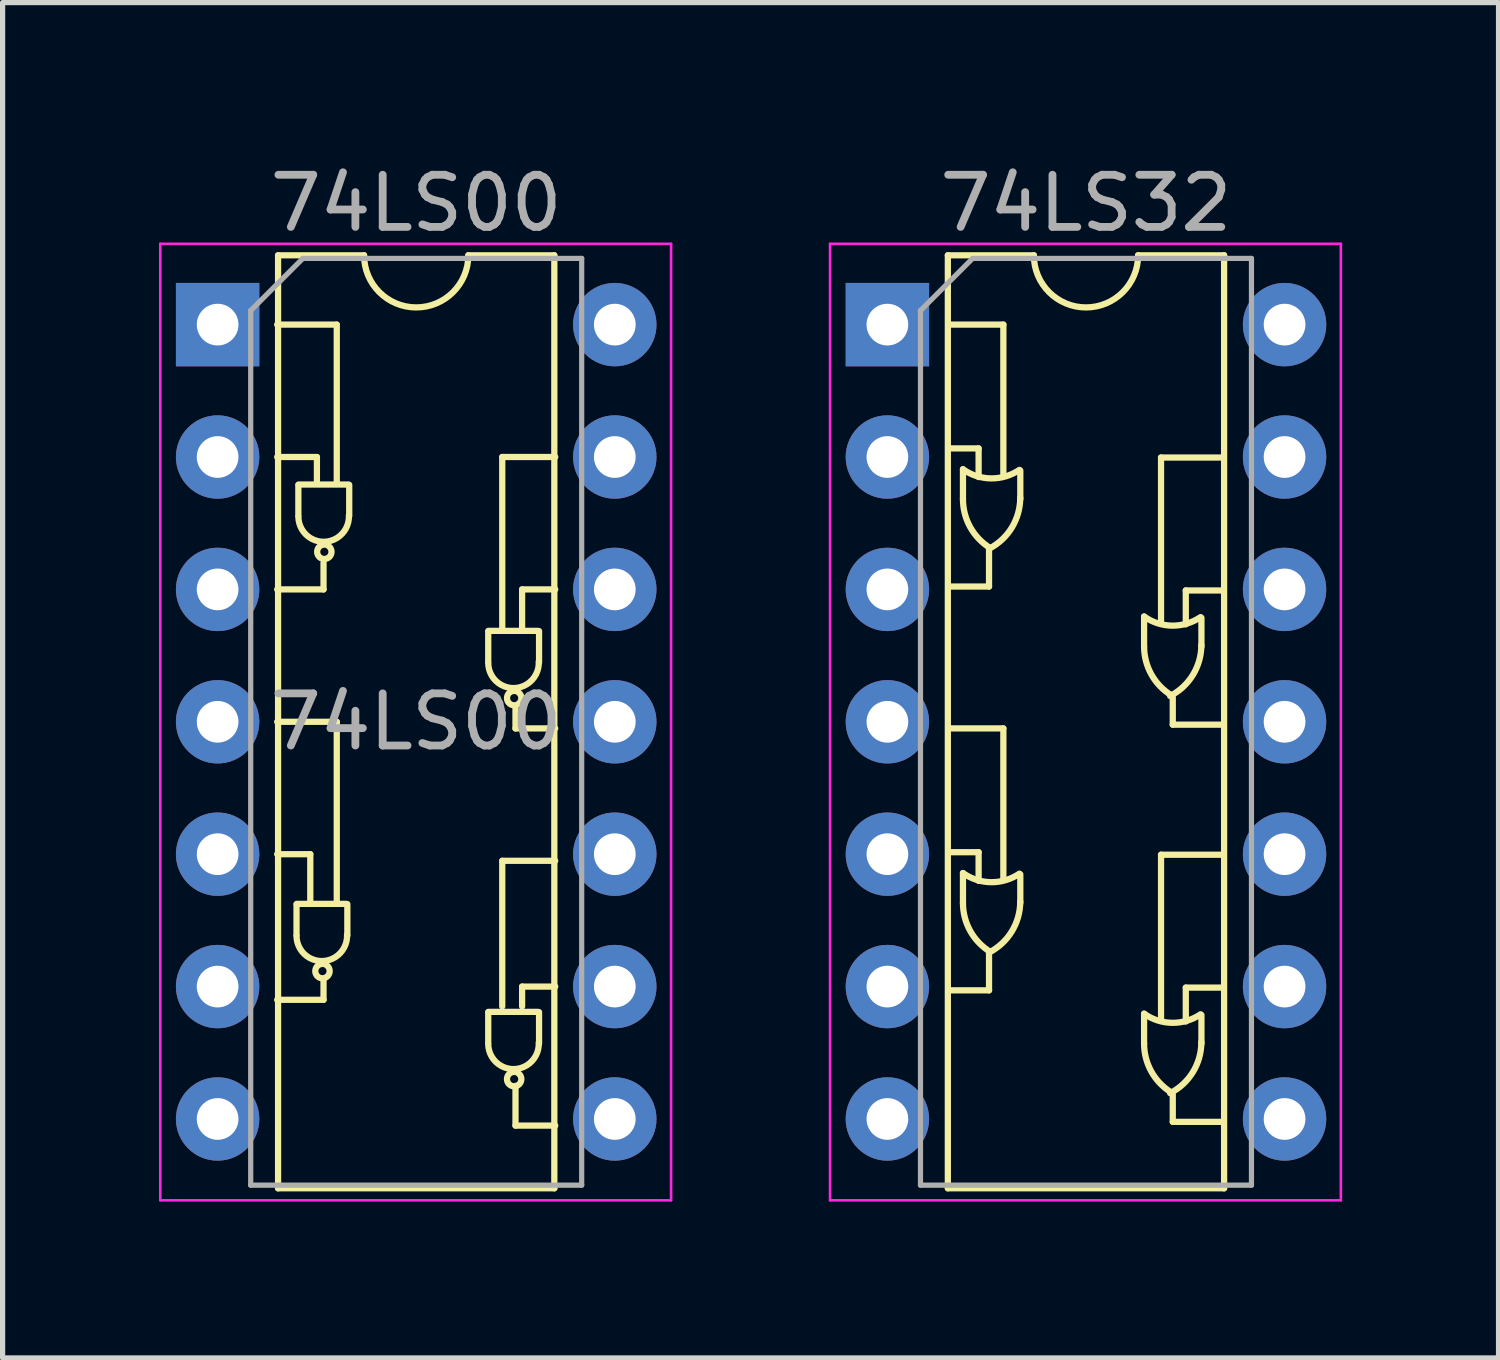
<source format=kicad_pcb>
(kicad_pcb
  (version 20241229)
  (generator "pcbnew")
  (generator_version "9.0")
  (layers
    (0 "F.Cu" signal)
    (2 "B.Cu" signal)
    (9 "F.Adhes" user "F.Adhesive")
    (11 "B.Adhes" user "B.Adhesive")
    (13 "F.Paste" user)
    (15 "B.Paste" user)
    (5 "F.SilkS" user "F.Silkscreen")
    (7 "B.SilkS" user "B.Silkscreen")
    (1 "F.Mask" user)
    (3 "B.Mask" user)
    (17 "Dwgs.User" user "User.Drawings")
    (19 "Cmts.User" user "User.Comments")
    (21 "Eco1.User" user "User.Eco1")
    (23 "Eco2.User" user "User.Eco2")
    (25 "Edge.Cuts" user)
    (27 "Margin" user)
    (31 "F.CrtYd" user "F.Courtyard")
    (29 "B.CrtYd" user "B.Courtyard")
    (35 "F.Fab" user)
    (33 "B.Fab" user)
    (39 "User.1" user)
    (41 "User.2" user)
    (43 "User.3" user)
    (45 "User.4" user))
  (footprint "74LS32"
    (layer "F.Cu")
    (at 13.975 3.178)
    (property "Reference" "74LS32" (at 3.81 -2.33 0) (layer "F.Fab") (effects (font (size 1 1) (thickness 0.15))))
    (attr through_hole)
    (fp_line (start 1.16 -1.33) (end 1.16 16.57) (stroke (width 0.12) (type solid)) (layer "F.SilkS"))
    (fp_line (start 1.16 16.57) (end 6.46 16.57) (stroke (width 0.12) (type solid)) (layer "F.SilkS"))
    (fp_line (start 1.175 2.375) (end 1.75 2.375) (stroke (width 0.12) (type solid)) (layer "F.SilkS"))
    (fp_line (start 1.175 10.122) (end 1.75 10.122) (stroke (width 0.12) (type solid)) (layer "F.SilkS"))
    (fp_line (start 1.45 2.775) (end 1.45 3.35) (stroke (width 0.12) (type solid)) (layer "F.SilkS"))
    (fp_line (start 1.45 10.522) (end 1.45 11.097) (stroke (width 0.12) (type solid)) (layer "F.SilkS"))
    (fp_line (start 1.75 2.375) (end 1.75 2.925) (stroke (width 0.12) (type solid)) (layer "F.SilkS"))
    (fp_line (start 1.75 10.122) (end 1.75 10.672) (stroke (width 0.12) (type solid)) (layer "F.SilkS"))
    (fp_line (start 1.95 4.275) (end 1.95 5.025) (stroke (width 0.12) (type solid)) (layer "F.SilkS"))
    (fp_line (start 1.95 5.025) (end 1.175 5.025) (stroke (width 0.12) (type solid)) (layer "F.SilkS"))
    (fp_line (start 1.95 12.022) (end 1.95 12.772) (stroke (width 0.12) (type solid)) (layer "F.SilkS"))
    (fp_line (start 1.95 12.772) (end 1.175 12.772) (stroke (width 0.12) (type solid)) (layer "F.SilkS"))
    (fp_line (start 2.225 0) (end 1.175 0) (stroke (width 0.12) (type solid)) (layer "F.SilkS"))
    (fp_line (start 2.225 2.875) (end 2.225 0) (stroke (width 0.12) (type solid)) (layer "F.SilkS"))
    (fp_line (start 2.225 7.747) (end 1.175 7.747) (stroke (width 0.12) (type solid)) (layer "F.SilkS"))
    (fp_line (start 2.225 10.622) (end 2.225 7.747) (stroke (width 0.12) (type solid)) (layer "F.SilkS"))
    (fp_line (start 2.55 3.35) (end 2.55 2.8) (stroke (width 0.12) (type solid)) (layer "F.SilkS"))
    (fp_line (start 2.55 11.097) (end 2.55 10.547) (stroke (width 0.12) (type solid)) (layer "F.SilkS"))
    (fp_line (start 2.81 -1.33) (end 1.16 -1.33) (stroke (width 0.12) (type solid)) (layer "F.SilkS"))
    (fp_line (start 4.925 5.6) (end 4.925 6.175) (stroke (width 0.12) (type solid)) (layer "F.SilkS"))
    (fp_line (start 4.925 13.22) (end 4.925 13.795) (stroke (width 0.12) (type solid)) (layer "F.SilkS"))
    (fp_line (start 5.25 2.55) (end 5.25 5.7) (stroke (width 0.12) (type solid)) (layer "F.SilkS"))
    (fp_line (start 5.25 10.17) (end 5.25 13.32) (stroke (width 0.12) (type solid)) (layer "F.SilkS"))
    (fp_line (start 5.475 7.15) (end 5.475 7.675) (stroke (width 0.12) (type solid)) (layer "F.SilkS"))
    (fp_line (start 5.475 7.675) (end 6.425 7.675) (stroke (width 0.12) (type solid)) (layer "F.SilkS"))
    (fp_line (start 5.475 14.77) (end 5.475 15.295) (stroke (width 0.12) (type solid)) (layer "F.SilkS"))
    (fp_line (start 5.475 15.295) (end 6.425 15.295) (stroke (width 0.12) (type solid)) (layer "F.SilkS"))
    (fp_line (start 5.725 5.1) (end 5.725 5.75) (stroke (width 0.12) (type solid)) (layer "F.SilkS"))
    (fp_line (start 5.725 12.72) (end 5.725 13.37) (stroke (width 0.12) (type solid)) (layer "F.SilkS"))
    (fp_line (start 6.025 6.175) (end 6.025 5.625) (stroke (width 0.12) (type solid)) (layer "F.SilkS"))
    (fp_line (start 6.025 13.795) (end 6.025 13.245) (stroke (width 0.12) (type solid)) (layer "F.SilkS"))
    (fp_line (start 6.45 2.55) (end 5.25 2.55) (stroke (width 0.12) (type solid)) (layer "F.SilkS"))
    (fp_line (start 6.45 5.1) (end 5.725 5.1) (stroke (width 0.12) (type solid)) (layer "F.SilkS"))
    (fp_line (start 6.45 10.17) (end 5.25 10.17) (stroke (width 0.12) (type solid)) (layer "F.SilkS"))
    (fp_line (start 6.45 12.72) (end 5.725 12.72) (stroke (width 0.12) (type solid)) (layer "F.SilkS"))
    (fp_line (start 6.46 -1.33) (end 4.81 -1.33) (stroke (width 0.12) (type solid)) (layer "F.SilkS"))
    (fp_line (start 6.46 16.57) (end 6.46 -1.33) (stroke (width 0.12) (type solid)) (layer "F.SilkS"))
    (fp_arc (start 1.969272 4.284214) (mid 1.588542 3.884415) (end 1.45 3.35) (stroke (width 0.12) (type solid)) (layer "F.SilkS"))
    (fp_arc (start 1.969272 12.031214) (mid 1.588542 11.631415) (end 1.45 11.097) (stroke (width 0.12) (type solid)) (layer "F.SilkS"))
    (fp_arc (start 2.53299 2.786794) (mid 1.989651 2.950272) (end 1.450001 2.774999) (stroke (width 0.12) (type solid)) (layer "F.SilkS"))
    (fp_arc (start 2.53299 10.533794) (mid 1.989651 10.697272) (end 1.450001 10.521999) (stroke (width 0.12) (type solid)) (layer "F.SilkS"))
    (fp_arc (start 2.548537 3.320952) (mid 2.387049 3.894707) (end 1.95 4.3) (stroke (width 0.12) (type solid)) (layer "F.SilkS"))
    (fp_arc (start 2.548537 11.067952) (mid 2.387049 11.641707) (end 1.95 12.047) (stroke (width 0.12) (type solid)) (layer "F.SilkS"))
    (fp_arc (start 4.81 -1.33) (mid 3.81 -0.33) (end 2.81 -1.33) (stroke (width 0.12) (type solid)) (layer "F.SilkS"))
    (fp_arc (start 5.444272 7.109214) (mid 5.063542 6.709415) (end 4.925 6.175) (stroke (width 0.12) (type solid)) (layer "F.SilkS"))
    (fp_arc (start 5.444272 14.729214) (mid 5.063542 14.329415) (end 4.925 13.795) (stroke (width 0.12) (type solid)) (layer "F.SilkS"))
    (fp_arc (start 6.00799 5.611794) (mid 5.464651 5.775272) (end 4.925001 5.599999) (stroke (width 0.12) (type solid)) (layer "F.SilkS"))
    (fp_arc (start 6.00799 13.231794) (mid 5.464651 13.395272) (end 4.925001 13.219999) (stroke (width 0.12) (type solid)) (layer "F.SilkS"))
    (fp_arc (start 6.023537 6.145952) (mid 5.862049 6.719707) (end 5.425 7.125) (stroke (width 0.12) (type solid)) (layer "F.SilkS"))
    (fp_arc (start 6.023537 13.765952) (mid 5.862049 14.339707) (end 5.425 14.745) (stroke (width 0.12) (type solid)) (layer "F.SilkS"))
    (fp_line (start -1.1 -1.55) (end -1.1 16.8) (stroke (width 0.05) (type solid)) (layer "F.CrtYd"))
    (fp_line (start -1.1 16.8) (end 8.7 16.8) (stroke (width 0.05) (type solid)) (layer "F.CrtYd"))
    (fp_line (start 8.7 -1.55) (end -1.1 -1.55) (stroke (width 0.05) (type solid)) (layer "F.CrtYd"))
    (fp_line (start 8.7 16.8) (end 8.7 -1.55) (stroke (width 0.05) (type solid)) (layer "F.CrtYd"))
    (fp_line (start 0.635 -0.27) (end 1.635 -1.27) (stroke (width 0.1) (type solid)) (layer "F.Fab"))
    (fp_line (start 0.635 16.51) (end 0.635 -0.27) (stroke (width 0.1) (type solid)) (layer "F.Fab"))
    (fp_line (start 1.635 -1.27) (end 6.985 -1.27) (stroke (width 0.1) (type solid)) (layer "F.Fab"))
    (fp_line (start 6.985 -1.27) (end 6.985 16.51) (stroke (width 0.1) (type solid)) (layer "F.Fab"))
    (fp_line (start 6.985 16.51) (end 0.635 16.51) (stroke (width 0.1) (type solid)) (layer "F.Fab"))
    (pad "1" thru_hole rect (at 0 0) (size 1.6 1.6) (drill 0.8) (layers "*.Cu" "*.Mask"))
    (pad "2" thru_hole oval (at 0 2.54) (size 1.6 1.6) (drill 0.8) (layers "*.Cu" "*.Mask"))
    (pad "3" thru_hole oval (at 0 5.08) (size 1.6 1.6) (drill 0.8) (layers "*.Cu" "*.Mask"))
    (pad "4" thru_hole oval (at 0 7.62) (size 1.6 1.6) (drill 0.8) (layers "*.Cu" "*.Mask"))
    (pad "5" thru_hole oval (at 0 10.16) (size 1.6 1.6) (drill 0.8) (layers "*.Cu" "*.Mask"))
    (pad "6" thru_hole oval (at 0 12.7) (size 1.6 1.6) (drill 0.8) (layers "*.Cu" "*.Mask"))
    (pad "7" thru_hole oval (at 0 15.24) (size 1.6 1.6) (drill 0.8) (layers "*.Cu" "*.Mask"))
    (pad "8" thru_hole oval (at 7.62 15.24) (size 1.6 1.6) (drill 0.8) (layers "*.Cu" "*.Mask"))
    (pad "9" thru_hole oval (at 7.62 12.7) (size 1.6 1.6) (drill 0.8) (layers "*.Cu" "*.Mask"))
    (pad "10" thru_hole oval (at 7.62 10.16) (size 1.6 1.6) (drill 0.8) (layers "*.Cu" "*.Mask"))
    (pad "11" thru_hole oval (at 7.62 7.62) (size 1.6 1.6) (drill 0.8) (layers "*.Cu" "*.Mask"))
    (pad "12" thru_hole oval (at 7.62 5.08) (size 1.6 1.6) (drill 0.8) (layers "*.Cu" "*.Mask"))
    (pad "13" thru_hole oval (at 7.62 2.54) (size 1.6 1.6) (drill 0.8) (layers "*.Cu" "*.Mask"))
    (pad "14" thru_hole oval (at 7.62 0) (size 1.6 1.6) (drill 0.8) (layers "*.Cu" "*.Mask")))
  (footprint "74LS00"
    (layer "F.Cu")
    (at 1.125 3.178)
    (property "Reference" "74LS00" (at 3.81 -2.33 0) (layer "F.Fab") (effects (font (size 1 1) (thickness 0.15))))
    (attr through_hole)
    (fp_line (start 1.143 0) (end 2.286 0) (stroke (width 0.12) (type solid)) (layer "F.SilkS"))
    (fp_line (start 1.143 2.54) (end 1.905 2.54) (stroke (width 0.12) (type solid)) (layer "F.SilkS"))
    (fp_line (start 1.143 5.08) (end 2.032 5.08) (stroke (width 0.12) (type solid)) (layer "F.SilkS"))
    (fp_line (start 1.16 -1.33) (end 1.16 16.57) (stroke (width 0.12) (type solid)) (layer "F.SilkS"))
    (fp_line (start 1.16 16.57) (end 6.46 16.57) (stroke (width 0.12) (type solid)) (layer "F.SilkS"))
    (fp_line (start 1.514 11.125) (end 1.514 11.712) (stroke (width 0.12) (type solid)) (layer "F.SilkS"))
    (fp_line (start 1.516 11.113) (end 2.469 11.113) (stroke (width 0.12) (type solid)) (layer "F.SilkS"))
    (fp_line (start 1.549 3.081) (end 1.549 3.668) (stroke (width 0.12) (type solid)) (layer "F.SilkS"))
    (fp_line (start 1.552 3.068) (end 2.504 3.068) (stroke (width 0.12) (type solid)) (layer "F.SilkS"))
    (fp_line (start 1.778 10.16) (end 1.143 10.16) (stroke (width 0.12) (type solid)) (layer "F.SilkS"))
    (fp_line (start 1.778 11.049) (end 1.778 10.16) (stroke (width 0.12) (type solid)) (layer "F.SilkS"))
    (fp_line (start 1.905 2.54) (end 1.905 3.048) (stroke (width 0.12) (type solid)) (layer "F.SilkS"))
    (fp_line (start 2.032 5.08) (end 2.032 4.572) (stroke (width 0.12) (type solid)) (layer "F.SilkS"))
    (fp_line (start 2.032 12.573) (end 2.032 12.954) (stroke (width 0.12) (type solid)) (layer "F.SilkS"))
    (fp_line (start 2.032 12.954) (end 1.143 12.954) (stroke (width 0.12) (type solid)) (layer "F.SilkS"))
    (fp_line (start 2.286 0) (end 2.286 3.048) (stroke (width 0.12) (type solid)) (layer "F.SilkS"))
    (fp_line (start 2.286 7.62) (end 1.143 7.62) (stroke (width 0.12) (type solid)) (layer "F.SilkS"))
    (fp_line (start 2.286 11.049) (end 2.286 7.62) (stroke (width 0.12) (type solid)) (layer "F.SilkS"))
    (fp_line (start 2.489 11.72) (end 2.489 11.118) (stroke (width 0.12) (type solid)) (layer "F.SilkS"))
    (fp_line (start 2.525 3.675) (end 2.525 3.073) (stroke (width 0.12) (type solid)) (layer "F.SilkS"))
    (fp_line (start 2.81 -1.33) (end 1.16 -1.33) (stroke (width 0.12) (type solid)) (layer "F.SilkS"))
    (fp_line (start 5.192 5.888) (end 5.192 6.474) (stroke (width 0.12) (type solid)) (layer "F.SilkS"))
    (fp_line (start 5.192 13.198) (end 5.192 13.785) (stroke (width 0.12) (type solid)) (layer "F.SilkS"))
    (fp_line (start 5.194 5.875) (end 6.147 5.875) (stroke (width 0.12) (type solid)) (layer "F.SilkS"))
    (fp_line (start 5.194 13.185) (end 6.147 13.185) (stroke (width 0.12) (type solid)) (layer "F.SilkS"))
    (fp_line (start 5.461 2.54) (end 6.477 2.54) (stroke (width 0.12) (type solid)) (layer "F.SilkS"))
    (fp_line (start 5.461 5.842) (end 5.461 2.54) (stroke (width 0.12) (type solid)) (layer "F.SilkS"))
    (fp_line (start 5.461 10.287) (end 6.477 10.287) (stroke (width 0.12) (type solid)) (layer "F.SilkS"))
    (fp_line (start 5.461 13.081) (end 5.461 10.287) (stroke (width 0.12) (type solid)) (layer "F.SilkS"))
    (fp_line (start 5.715 7.747) (end 5.715 7.366) (stroke (width 0.12) (type solid)) (layer "F.SilkS"))
    (fp_line (start 5.715 15.367) (end 5.715 14.605) (stroke (width 0.12) (type solid)) (layer "F.SilkS"))
    (fp_line (start 5.842 5.08) (end 6.477 5.08) (stroke (width 0.12) (type solid)) (layer "F.SilkS"))
    (fp_line (start 5.842 5.842) (end 5.842 5.08) (stroke (width 0.12) (type solid)) (layer "F.SilkS"))
    (fp_line (start 5.842 12.7) (end 6.477 12.7) (stroke (width 0.12) (type solid)) (layer "F.SilkS"))
    (fp_line (start 5.842 13.081) (end 5.842 12.7) (stroke (width 0.12) (type solid)) (layer "F.SilkS"))
    (fp_line (start 6.167 6.482) (end 6.167 5.88) (stroke (width 0.12) (type solid)) (layer "F.SilkS"))
    (fp_line (start 6.167 13.792) (end 6.167 13.19) (stroke (width 0.12) (type solid)) (layer "F.SilkS"))
    (fp_line (start 6.46 -1.33) (end 4.81 -1.33) (stroke (width 0.12) (type solid)) (layer "F.SilkS"))
    (fp_line (start 6.46 16.57) (end 6.46 -1.33) (stroke (width 0.12) (type solid)) (layer "F.SilkS"))
    (fp_line (start 6.477 7.747) (end 5.715 7.747) (stroke (width 0.12) (type solid)) (layer "F.SilkS"))
    (fp_line (start 6.477 15.367) (end 5.715 15.367) (stroke (width 0.12) (type solid)) (layer "F.SilkS"))
    (fp_arc (start 2.076929 12.281217) (mid 1.970691 12.534595) (end 2.026919 12.265661) (stroke (width 0.12) (type solid)) (layer "F.SilkS"))
    (fp_arc (start 2.112489 4.237037) (mid 2.006251 4.490415) (end 2.062479 4.221481) (stroke (width 0.12) (type solid)) (layer "F.SilkS"))
    (fp_arc (start 2.483544 11.703543) (mid 2.010802 12.212176) (end 1.51384 11.72718) (stroke (width 0.12) (type solid)) (layer "F.SilkS"))
    (fp_arc (start 2.519104 3.659363) (mid 2.046362 4.167996) (end 1.5494 3.683) (stroke (width 0.12) (type solid)) (layer "F.SilkS"))
    (fp_arc (start 4.81 -1.33) (mid 3.81 -0.33) (end 2.81 -1.33) (stroke (width 0.12) (type solid)) (layer "F.SilkS"))
    (fp_arc (start 5.754849 7.043737) (mid 5.648611 7.297115) (end 5.704839 7.028181) (stroke (width 0.12) (type solid)) (layer "F.SilkS"))
    (fp_arc (start 5.754849 14.353857) (mid 5.648611 14.607235) (end 5.704839 14.338301) (stroke (width 0.12) (type solid)) (layer "F.SilkS"))
    (fp_arc (start 6.161464 6.466063) (mid 5.688722 6.974696) (end 5.19176 6.4897) (stroke (width 0.12) (type solid)) (layer "F.SilkS"))
    (fp_arc (start 6.161464 13.776183) (mid 5.688722 14.284816) (end 5.19176 13.79982) (stroke (width 0.12) (type solid)) (layer "F.SilkS"))
    (fp_line (start -1.1 -1.55) (end -1.1 16.8) (stroke (width 0.05) (type solid)) (layer "F.CrtYd"))
    (fp_line (start -1.1 16.8) (end 8.7 16.8) (stroke (width 0.05) (type solid)) (layer "F.CrtYd"))
    (fp_line (start 8.7 -1.55) (end -1.1 -1.55) (stroke (width 0.05) (type solid)) (layer "F.CrtYd"))
    (fp_line (start 8.7 16.8) (end 8.7 -1.55) (stroke (width 0.05) (type solid)) (layer "F.CrtYd"))
    (fp_line (start 0.635 -0.27) (end 1.635 -1.27) (stroke (width 0.1) (type solid)) (layer "F.Fab"))
    (fp_line (start 0.635 16.51) (end 0.635 -0.27) (stroke (width 0.1) (type solid)) (layer "F.Fab"))
    (fp_line (start 1.635 -1.27) (end 6.985 -1.27) (stroke (width 0.1) (type solid)) (layer "F.Fab"))
    (fp_line (start 6.985 -1.27) (end 6.985 16.51) (stroke (width 0.1) (type solid)) (layer "F.Fab"))
    (fp_line (start 6.985 16.51) (end 0.635 16.51) (stroke (width 0.1) (type solid)) (layer "F.Fab"))
    (fp_text user "${REFERENCE}" (at 3.81 7.62 0) (layer "F.Fab") (effects (font (size 1 1) (thickness 0.15))))
    (pad "1" thru_hole rect (at 0 0) (size 1.6 1.6) (drill 0.8) (layers "*.Cu" "*.Mask"))
    (pad "2" thru_hole oval (at 0 2.54) (size 1.6 1.6) (drill 0.8) (layers "*.Cu" "*.Mask"))
    (pad "3" thru_hole oval (at 0 5.08) (size 1.6 1.6) (drill 0.8) (layers "*.Cu" "*.Mask"))
    (pad "4" thru_hole oval (at 0 7.62) (size 1.6 1.6) (drill 0.8) (layers "*.Cu" "*.Mask"))
    (pad "5" thru_hole oval (at 0 10.16) (size 1.6 1.6) (drill 0.8) (layers "*.Cu" "*.Mask"))
    (pad "6" thru_hole oval (at 0 12.7) (size 1.6 1.6) (drill 0.8) (layers "*.Cu" "*.Mask"))
    (pad "7" thru_hole oval (at 0 15.24) (size 1.6 1.6) (drill 0.8) (layers "*.Cu" "*.Mask"))
    (pad "8" thru_hole oval (at 7.62 15.24) (size 1.6 1.6) (drill 0.8) (layers "*.Cu" "*.Mask"))
    (pad "9" thru_hole oval (at 7.62 12.7) (size 1.6 1.6) (drill 0.8) (layers "*.Cu" "*.Mask"))
    (pad "10" thru_hole oval (at 7.62 10.16) (size 1.6 1.6) (drill 0.8) (layers "*.Cu" "*.Mask"))
    (pad "11" thru_hole oval (at 7.62 7.62) (size 1.6 1.6) (drill 0.8) (layers "*.Cu" "*.Mask"))
    (pad "12" thru_hole oval (at 7.62 5.08) (size 1.6 1.6) (drill 0.8) (layers "*.Cu" "*.Mask"))
    (pad "13" thru_hole oval (at 7.62 2.54) (size 1.6 1.6) (drill 0.8) (layers "*.Cu" "*.Mask"))
    (pad "14" thru_hole oval (at 7.62 0) (size 1.6 1.6) (drill 0.8) (layers "*.Cu" "*.Mask")))
  (gr_rect
    (start -3 -3)
    (end 25.7 23.003)
    (stroke (width 0.1) (type default))
    (fill no)
    (layer "Edge.Cuts")))
</source>
